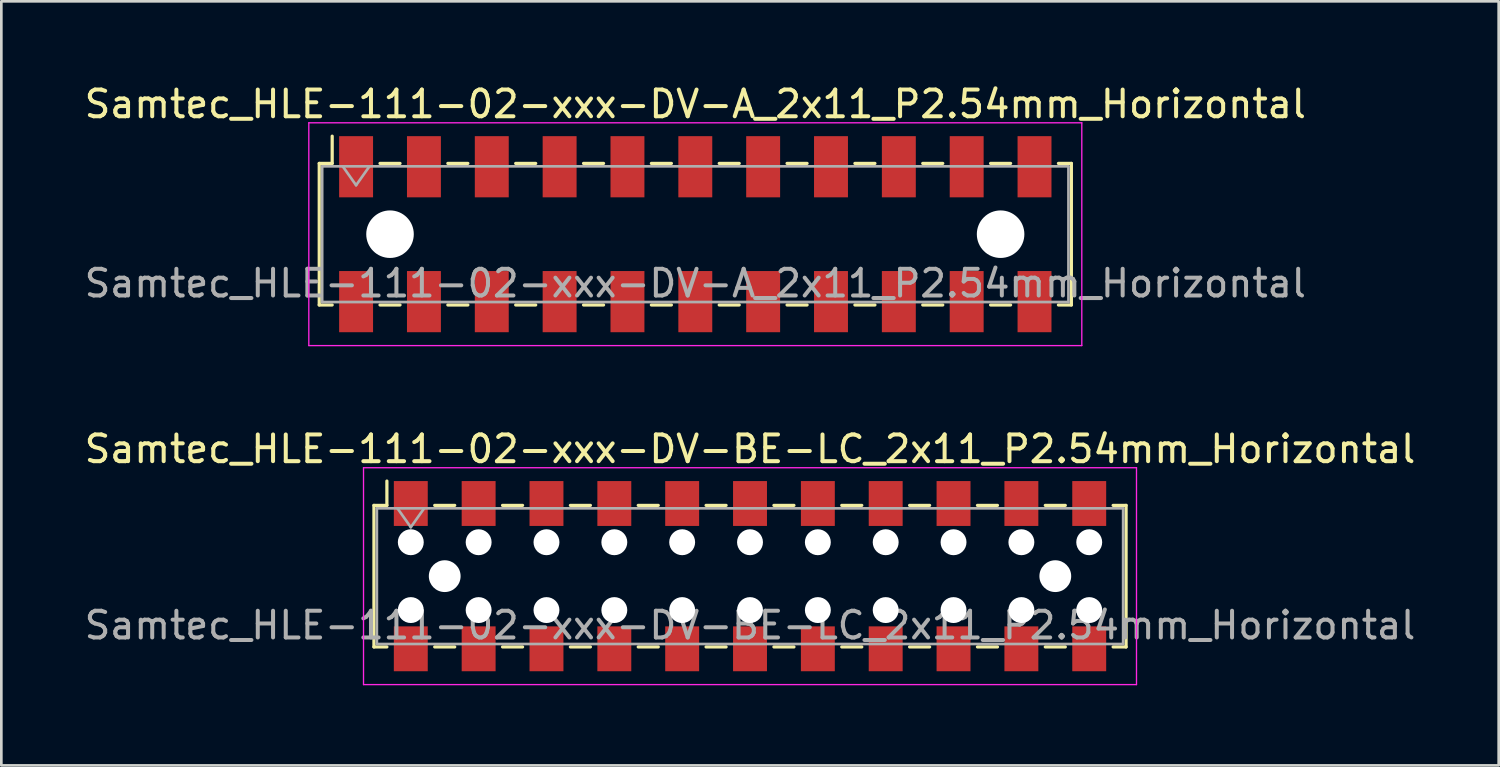
<source format=kicad_pcb>
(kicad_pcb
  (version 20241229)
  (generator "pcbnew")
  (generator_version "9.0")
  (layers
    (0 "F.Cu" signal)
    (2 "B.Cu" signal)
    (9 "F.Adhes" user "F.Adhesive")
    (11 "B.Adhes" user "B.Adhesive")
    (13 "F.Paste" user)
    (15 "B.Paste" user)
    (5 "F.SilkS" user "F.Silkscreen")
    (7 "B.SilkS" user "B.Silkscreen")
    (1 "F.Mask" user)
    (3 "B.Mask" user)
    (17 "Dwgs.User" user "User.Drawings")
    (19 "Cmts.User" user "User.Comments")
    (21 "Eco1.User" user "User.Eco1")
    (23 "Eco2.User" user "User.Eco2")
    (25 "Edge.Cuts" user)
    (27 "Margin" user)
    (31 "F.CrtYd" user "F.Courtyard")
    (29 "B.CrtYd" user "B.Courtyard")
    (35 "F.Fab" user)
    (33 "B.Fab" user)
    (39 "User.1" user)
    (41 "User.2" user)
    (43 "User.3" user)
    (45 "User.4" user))
  (footprint "Samtec_HLE-111-02-xxx-DV-BE-LC_2x11_P2.54mm_Horizontal"
    (layer "F.Cu")
    (at 25.03 18.521)
    (property "Reference" "Samtec_HLE-111-02-xxx-DV-BE-LC_2x11_P2.54mm_Horizontal" (at 0 -4.76 0) (layer "F.SilkS") (effects (font (size 1 1) (thickness 0.15))))
    (attr smd)
    (fp_line (start -14.08 -2.65) (end -14.08 2.65) (stroke (width 0.12) (type solid)) (layer "F.SilkS"))
    (fp_line (start -14.08 2.65) (end -13.595 2.65) (stroke (width 0.12) (type solid)) (layer "F.SilkS"))
    (fp_line (start -13.595 -3.56) (end -13.595 -2.65) (stroke (width 0.12) (type solid)) (layer "F.SilkS"))
    (fp_line (start -13.595 -2.65) (end -14.08 -2.65) (stroke (width 0.12) (type solid)) (layer "F.SilkS"))
    (fp_line (start -11.805 -2.65) (end -11.055 -2.65) (stroke (width 0.12) (type solid)) (layer "F.SilkS"))
    (fp_line (start -11.805 2.65) (end -11.055 2.65) (stroke (width 0.12) (type solid)) (layer "F.SilkS"))
    (fp_line (start -9.265 -2.65) (end -8.515 -2.65) (stroke (width 0.12) (type solid)) (layer "F.SilkS"))
    (fp_line (start -9.265 2.65) (end -8.515 2.65) (stroke (width 0.12) (type solid)) (layer "F.SilkS"))
    (fp_line (start -6.725 -2.65) (end -5.975 -2.65) (stroke (width 0.12) (type solid)) (layer "F.SilkS"))
    (fp_line (start -6.725 2.65) (end -5.975 2.65) (stroke (width 0.12) (type solid)) (layer "F.SilkS"))
    (fp_line (start -4.185 -2.65) (end -3.435 -2.65) (stroke (width 0.12) (type solid)) (layer "F.SilkS"))
    (fp_line (start -4.185 2.65) (end -3.435 2.65) (stroke (width 0.12) (type solid)) (layer "F.SilkS"))
    (fp_line (start -1.645 -2.65) (end -0.895 -2.65) (stroke (width 0.12) (type solid)) (layer "F.SilkS"))
    (fp_line (start -1.645 2.65) (end -0.895 2.65) (stroke (width 0.12) (type solid)) (layer "F.SilkS"))
    (fp_line (start 0.895 -2.65) (end 1.645 -2.65) (stroke (width 0.12) (type solid)) (layer "F.SilkS"))
    (fp_line (start 0.895 2.65) (end 1.645 2.65) (stroke (width 0.12) (type solid)) (layer "F.SilkS"))
    (fp_line (start 3.435 -2.65) (end 4.185 -2.65) (stroke (width 0.12) (type solid)) (layer "F.SilkS"))
    (fp_line (start 3.435 2.65) (end 4.185 2.65) (stroke (width 0.12) (type solid)) (layer "F.SilkS"))
    (fp_line (start 5.975 -2.65) (end 6.725 -2.65) (stroke (width 0.12) (type solid)) (layer "F.SilkS"))
    (fp_line (start 5.975 2.65) (end 6.725 2.65) (stroke (width 0.12) (type solid)) (layer "F.SilkS"))
    (fp_line (start 8.515 -2.65) (end 9.265 -2.65) (stroke (width 0.12) (type solid)) (layer "F.SilkS"))
    (fp_line (start 8.515 2.65) (end 9.265 2.65) (stroke (width 0.12) (type solid)) (layer "F.SilkS"))
    (fp_line (start 11.055 -2.65) (end 11.805 -2.65) (stroke (width 0.12) (type solid)) (layer "F.SilkS"))
    (fp_line (start 11.055 2.65) (end 11.805 2.65) (stroke (width 0.12) (type solid)) (layer "F.SilkS"))
    (fp_line (start 13.595 -2.65) (end 14.08 -2.65) (stroke (width 0.12) (type solid)) (layer "F.SilkS"))
    (fp_line (start 14.08 -2.65) (end 14.08 2.65) (stroke (width 0.12) (type solid)) (layer "F.SilkS"))
    (fp_line (start 14.08 2.65) (end 13.595 2.65) (stroke (width 0.12) (type solid)) (layer "F.SilkS"))
    (fp_line (start -14.47 -4.06) (end 14.47 -4.06) (stroke (width 0.05) (type solid)) (layer "F.CrtYd"))
    (fp_line (start -14.47 4.06) (end -14.47 -4.06) (stroke (width 0.05) (type solid)) (layer "F.CrtYd"))
    (fp_line (start 14.47 -4.06) (end 14.47 4.06) (stroke (width 0.05) (type solid)) (layer "F.CrtYd"))
    (fp_line (start 14.47 4.06) (end -14.47 4.06) (stroke (width 0.05) (type solid)) (layer "F.CrtYd"))
    (fp_line (start -13.97 -2.54) (end 13.97 -2.54) (stroke (width 0.1) (type solid)) (layer "F.Fab"))
    (fp_line (start -13.97 2.54) (end -13.97 -2.54) (stroke (width 0.1) (type solid)) (layer "F.Fab"))
    (fp_line (start -13.2 -2.54) (end -12.7 -1.833) (stroke (width 0.1) (type solid)) (layer "F.Fab"))
    (fp_line (start -12.7 -1.833) (end -12.2 -2.54) (stroke (width 0.1) (type solid)) (layer "F.Fab"))
    (fp_line (start 13.97 -2.54) (end 13.97 2.54) (stroke (width 0.1) (type solid)) (layer "F.Fab"))
    (fp_line (start 13.97 2.54) (end -13.97 2.54) (stroke (width 0.1) (type solid)) (layer "F.Fab"))
    (fp_text user "${REFERENCE}" (at 0 1.84 0) (layer "F.Fab") (effects (font (size 1 1) (thickness 0.15))))
    (pad "" np_thru_hole circle (at -12.7 -1.27) (size 0.97 0.97) (drill 0.97) (layers "*.Cu" "*.Mask"))
    (pad "" np_thru_hole circle (at -12.7 1.27) (size 0.97 0.97) (drill 0.97) (layers "*.Cu" "*.Mask"))
    (pad "" np_thru_hole circle (at -11.43 0) (size 1.19 1.19) (drill 1.19) (layers "*.Cu" "*.Mask"))
    (pad "" np_thru_hole circle (at -10.16 -1.27) (size 0.97 0.97) (drill 0.97) (layers "*.Cu" "*.Mask"))
    (pad "" np_thru_hole circle (at -10.16 1.27) (size 0.97 0.97) (drill 0.97) (layers "*.Cu" "*.Mask"))
    (pad "" np_thru_hole circle (at -7.62 -1.27) (size 0.97 0.97) (drill 0.97) (layers "*.Cu" "*.Mask"))
    (pad "" np_thru_hole circle (at -7.62 1.27) (size 0.97 0.97) (drill 0.97) (layers "*.Cu" "*.Mask"))
    (pad "" np_thru_hole circle (at -5.08 -1.27) (size 0.97 0.97) (drill 0.97) (layers "*.Cu" "*.Mask"))
    (pad "" np_thru_hole circle (at -5.08 1.27) (size 0.97 0.97) (drill 0.97) (layers "*.Cu" "*.Mask"))
    (pad "" np_thru_hole circle (at -2.54 -1.27) (size 0.97 0.97) (drill 0.97) (layers "*.Cu" "*.Mask"))
    (pad "" np_thru_hole circle (at -2.54 1.27) (size 0.97 0.97) (drill 0.97) (layers "*.Cu" "*.Mask"))
    (pad "" np_thru_hole circle (at 0 -1.27) (size 0.97 0.97) (drill 0.97) (layers "*.Cu" "*.Mask"))
    (pad "" np_thru_hole circle (at 0 1.27) (size 0.97 0.97) (drill 0.97) (layers "*.Cu" "*.Mask"))
    (pad "" np_thru_hole circle (at 2.54 -1.27) (size 0.97 0.97) (drill 0.97) (layers "*.Cu" "*.Mask"))
    (pad "" np_thru_hole circle (at 2.54 1.27) (size 0.97 0.97) (drill 0.97) (layers "*.Cu" "*.Mask"))
    (pad "" np_thru_hole circle (at 5.08 -1.27) (size 0.97 0.97) (drill 0.97) (layers "*.Cu" "*.Mask"))
    (pad "" np_thru_hole circle (at 5.08 1.27) (size 0.97 0.97) (drill 0.97) (layers "*.Cu" "*.Mask"))
    (pad "" np_thru_hole circle (at 7.62 -1.27) (size 0.97 0.97) (drill 0.97) (layers "*.Cu" "*.Mask"))
    (pad "" np_thru_hole circle (at 7.62 1.27) (size 0.97 0.97) (drill 0.97) (layers "*.Cu" "*.Mask"))
    (pad "" np_thru_hole circle (at 10.16 -1.27) (size 0.97 0.97) (drill 0.97) (layers "*.Cu" "*.Mask"))
    (pad "" np_thru_hole circle (at 10.16 1.27) (size 0.97 0.97) (drill 0.97) (layers "*.Cu" "*.Mask"))
    (pad "" np_thru_hole circle (at 11.43 0) (size 1.19 1.19) (drill 1.19) (layers "*.Cu" "*.Mask"))
    (pad "" np_thru_hole circle (at 12.7 -1.27) (size 0.97 0.97) (drill 0.97) (layers "*.Cu" "*.Mask"))
    (pad "" np_thru_hole circle (at 12.7 1.27) (size 0.97 0.97) (drill 0.97) (layers "*.Cu" "*.Mask"))
    (pad "1" smd rect (at -12.7 -2.72) (size 1.27 1.68) (layers "F.Cu" "F.Mask" "F.Paste"))
    (pad "2" smd rect (at -12.7 2.72) (size 1.27 1.68) (layers "F.Cu" "F.Mask" "F.Paste"))
    (pad "3" smd rect (at -10.16 -2.72) (size 1.27 1.68) (layers "F.Cu" "F.Mask" "F.Paste"))
    (pad "4" smd rect (at -10.16 2.72) (size 1.27 1.68) (layers "F.Cu" "F.Mask" "F.Paste"))
    (pad "5" smd rect (at -7.62 -2.72) (size 1.27 1.68) (layers "F.Cu" "F.Mask" "F.Paste"))
    (pad "6" smd rect (at -7.62 2.72) (size 1.27 1.68) (layers "F.Cu" "F.Mask" "F.Paste"))
    (pad "7" smd rect (at -5.08 -2.72) (size 1.27 1.68) (layers "F.Cu" "F.Mask" "F.Paste"))
    (pad "8" smd rect (at -5.08 2.72) (size 1.27 1.68) (layers "F.Cu" "F.Mask" "F.Paste"))
    (pad "9" smd rect (at -2.54 -2.72) (size 1.27 1.68) (layers "F.Cu" "F.Mask" "F.Paste"))
    (pad "10" smd rect (at -2.54 2.72) (size 1.27 1.68) (layers "F.Cu" "F.Mask" "F.Paste"))
    (pad "11" smd rect (at 0 -2.72) (size 1.27 1.68) (layers "F.Cu" "F.Mask" "F.Paste"))
    (pad "12" smd rect (at 0 2.72) (size 1.27 1.68) (layers "F.Cu" "F.Mask" "F.Paste"))
    (pad "13" smd rect (at 2.54 -2.72) (size 1.27 1.68) (layers "F.Cu" "F.Mask" "F.Paste"))
    (pad "14" smd rect (at 2.54 2.72) (size 1.27 1.68) (layers "F.Cu" "F.Mask" "F.Paste"))
    (pad "15" smd rect (at 5.08 -2.72) (size 1.27 1.68) (layers "F.Cu" "F.Mask" "F.Paste"))
    (pad "16" smd rect (at 5.08 2.72) (size 1.27 1.68) (layers "F.Cu" "F.Mask" "F.Paste"))
    (pad "17" smd rect (at 7.62 -2.72) (size 1.27 1.68) (layers "F.Cu" "F.Mask" "F.Paste"))
    (pad "18" smd rect (at 7.62 2.72) (size 1.27 1.68) (layers "F.Cu" "F.Mask" "F.Paste"))
    (pad "19" smd rect (at 10.16 -2.72) (size 1.27 1.68) (layers "F.Cu" "F.Mask" "F.Paste"))
    (pad "20" smd rect (at 10.16 2.72) (size 1.27 1.68) (layers "F.Cu" "F.Mask" "F.Paste"))
    (pad "21" smd rect (at 12.7 -2.72) (size 1.27 1.68) (layers "F.Cu" "F.Mask" "F.Paste"))
    (pad "22" smd rect (at 12.7 2.72) (size 1.27 1.68) (layers "F.Cu" "F.Mask" "F.Paste")))
  (footprint "Samtec_HLE-111-02-xxx-DV-A_2x11_P2.54mm_Horizontal"
    (layer "F.Cu")
    (at 22.982 5.718)
    (property "Reference" "Samtec_HLE-111-02-xxx-DV-A_2x11_P2.54mm_Horizontal" (at 0 -4.87 0) (layer "F.SilkS") (effects (font (size 1 1) (thickness 0.15))))
    (attr smd)
    (fp_line (start -14.08 -2.65) (end -14.08 2.65) (stroke (width 0.12) (type solid)) (layer "F.SilkS"))
    (fp_line (start -14.08 2.65) (end -13.595 2.65) (stroke (width 0.12) (type solid)) (layer "F.SilkS"))
    (fp_line (start -13.595 -3.67) (end -13.595 -2.65) (stroke (width 0.12) (type solid)) (layer "F.SilkS"))
    (fp_line (start -13.595 -2.65) (end -14.08 -2.65) (stroke (width 0.12) (type solid)) (layer "F.SilkS"))
    (fp_line (start -11.805 -2.65) (end -11.055 -2.65) (stroke (width 0.12) (type solid)) (layer "F.SilkS"))
    (fp_line (start -11.805 2.65) (end -11.055 2.65) (stroke (width 0.12) (type solid)) (layer "F.SilkS"))
    (fp_line (start -9.265 -2.65) (end -8.515 -2.65) (stroke (width 0.12) (type solid)) (layer "F.SilkS"))
    (fp_line (start -9.265 2.65) (end -8.515 2.65) (stroke (width 0.12) (type solid)) (layer "F.SilkS"))
    (fp_line (start -6.725 -2.65) (end -5.975 -2.65) (stroke (width 0.12) (type solid)) (layer "F.SilkS"))
    (fp_line (start -6.725 2.65) (end -5.975 2.65) (stroke (width 0.12) (type solid)) (layer "F.SilkS"))
    (fp_line (start -4.185 -2.65) (end -3.435 -2.65) (stroke (width 0.12) (type solid)) (layer "F.SilkS"))
    (fp_line (start -4.185 2.65) (end -3.435 2.65) (stroke (width 0.12) (type solid)) (layer "F.SilkS"))
    (fp_line (start -1.645 -2.65) (end -0.895 -2.65) (stroke (width 0.12) (type solid)) (layer "F.SilkS"))
    (fp_line (start -1.645 2.65) (end -0.895 2.65) (stroke (width 0.12) (type solid)) (layer "F.SilkS"))
    (fp_line (start 0.895 -2.65) (end 1.645 -2.65) (stroke (width 0.12) (type solid)) (layer "F.SilkS"))
    (fp_line (start 0.895 2.65) (end 1.645 2.65) (stroke (width 0.12) (type solid)) (layer "F.SilkS"))
    (fp_line (start 3.435 -2.65) (end 4.185 -2.65) (stroke (width 0.12) (type solid)) (layer "F.SilkS"))
    (fp_line (start 3.435 2.65) (end 4.185 2.65) (stroke (width 0.12) (type solid)) (layer "F.SilkS"))
    (fp_line (start 5.975 -2.65) (end 6.725 -2.65) (stroke (width 0.12) (type solid)) (layer "F.SilkS"))
    (fp_line (start 5.975 2.65) (end 6.725 2.65) (stroke (width 0.12) (type solid)) (layer "F.SilkS"))
    (fp_line (start 8.515 -2.65) (end 9.265 -2.65) (stroke (width 0.12) (type solid)) (layer "F.SilkS"))
    (fp_line (start 8.515 2.65) (end 9.265 2.65) (stroke (width 0.12) (type solid)) (layer "F.SilkS"))
    (fp_line (start 11.055 -2.65) (end 11.805 -2.65) (stroke (width 0.12) (type solid)) (layer "F.SilkS"))
    (fp_line (start 11.055 2.65) (end 11.805 2.65) (stroke (width 0.12) (type solid)) (layer "F.SilkS"))
    (fp_line (start 13.595 -2.65) (end 14.08 -2.65) (stroke (width 0.12) (type solid)) (layer "F.SilkS"))
    (fp_line (start 14.08 -2.65) (end 14.08 2.65) (stroke (width 0.12) (type solid)) (layer "F.SilkS"))
    (fp_line (start 14.08 2.65) (end 13.595 2.65) (stroke (width 0.12) (type solid)) (layer "F.SilkS"))
    (fp_line (start -14.47 -4.17) (end 14.47 -4.17) (stroke (width 0.05) (type solid)) (layer "F.CrtYd"))
    (fp_line (start -14.47 4.17) (end -14.47 -4.17) (stroke (width 0.05) (type solid)) (layer "F.CrtYd"))
    (fp_line (start 14.47 -4.17) (end 14.47 4.17) (stroke (width 0.05) (type solid)) (layer "F.CrtYd"))
    (fp_line (start 14.47 4.17) (end -14.47 4.17) (stroke (width 0.05) (type solid)) (layer "F.CrtYd"))
    (fp_line (start -13.97 -2.54) (end 13.97 -2.54) (stroke (width 0.1) (type solid)) (layer "F.Fab"))
    (fp_line (start -13.97 2.54) (end -13.97 -2.54) (stroke (width 0.1) (type solid)) (layer "F.Fab"))
    (fp_line (start -13.2 -2.54) (end -12.7 -1.833) (stroke (width 0.1) (type solid)) (layer "F.Fab"))
    (fp_line (start -12.7 -1.833) (end -12.2 -2.54) (stroke (width 0.1) (type solid)) (layer "F.Fab"))
    (fp_line (start 13.97 -2.54) (end 13.97 2.54) (stroke (width 0.1) (type solid)) (layer "F.Fab"))
    (fp_line (start 13.97 2.54) (end -13.97 2.54) (stroke (width 0.1) (type solid)) (layer "F.Fab"))
    (fp_text user "${REFERENCE}" (at 0 1.84 0) (layer "F.Fab") (effects (font (size 1 1) (thickness 0.15))))
    (pad "" np_thru_hole circle (at -11.43 0) (size 1.78 1.78) (drill 1.78) (layers "*.Cu" "*.Mask"))
    (pad "" np_thru_hole circle (at 11.43 0) (size 1.78 1.78) (drill 1.78) (layers "*.Cu" "*.Mask"))
    (pad "1" smd rect (at -12.7 -2.525) (size 1.27 2.29) (layers "F.Cu" "F.Mask" "F.Paste"))
    (pad "2" smd rect (at -12.7 2.525) (size 1.27 2.29) (layers "F.Cu" "F.Mask" "F.Paste"))
    (pad "3" smd rect (at -10.16 -2.525) (size 1.27 2.29) (layers "F.Cu" "F.Mask" "F.Paste"))
    (pad "4" smd rect (at -10.16 2.525) (size 1.27 2.29) (layers "F.Cu" "F.Mask" "F.Paste"))
    (pad "5" smd rect (at -7.62 -2.525) (size 1.27 2.29) (layers "F.Cu" "F.Mask" "F.Paste"))
    (pad "6" smd rect (at -7.62 2.525) (size 1.27 2.29) (layers "F.Cu" "F.Mask" "F.Paste"))
    (pad "7" smd rect (at -5.08 -2.525) (size 1.27 2.29) (layers "F.Cu" "F.Mask" "F.Paste"))
    (pad "8" smd rect (at -5.08 2.525) (size 1.27 2.29) (layers "F.Cu" "F.Mask" "F.Paste"))
    (pad "9" smd rect (at -2.54 -2.525) (size 1.27 2.29) (layers "F.Cu" "F.Mask" "F.Paste"))
    (pad "10" smd rect (at -2.54 2.525) (size 1.27 2.29) (layers "F.Cu" "F.Mask" "F.Paste"))
    (pad "11" smd rect (at 0 -2.525) (size 1.27 2.29) (layers "F.Cu" "F.Mask" "F.Paste"))
    (pad "12" smd rect (at 0 2.525) (size 1.27 2.29) (layers "F.Cu" "F.Mask" "F.Paste"))
    (pad "13" smd rect (at 2.54 -2.525) (size 1.27 2.29) (layers "F.Cu" "F.Mask" "F.Paste"))
    (pad "14" smd rect (at 2.54 2.525) (size 1.27 2.29) (layers "F.Cu" "F.Mask" "F.Paste"))
    (pad "15" smd rect (at 5.08 -2.525) (size 1.27 2.29) (layers "F.Cu" "F.Mask" "F.Paste"))
    (pad "16" smd rect (at 5.08 2.525) (size 1.27 2.29) (layers "F.Cu" "F.Mask" "F.Paste"))
    (pad "17" smd rect (at 7.62 -2.525) (size 1.27 2.29) (layers "F.Cu" "F.Mask" "F.Paste"))
    (pad "18" smd rect (at 7.62 2.525) (size 1.27 2.29) (layers "F.Cu" "F.Mask" "F.Paste"))
    (pad "19" smd rect (at 10.16 -2.525) (size 1.27 2.29) (layers "F.Cu" "F.Mask" "F.Paste"))
    (pad "20" smd rect (at 10.16 2.525) (size 1.27 2.29) (layers "F.Cu" "F.Mask" "F.Paste"))
    (pad "21" smd rect (at 12.7 -2.525) (size 1.27 2.29) (layers "F.Cu" "F.Mask" "F.Paste"))
    (pad "22" smd rect (at 12.7 2.525) (size 1.27 2.29) (layers "F.Cu" "F.Mask" "F.Paste")))
  (gr_rect
    (start -3 -3)
    (end 53.06 25.607)
    (stroke (width 0.1) (type default))
    (fill no)
    (layer "Edge.Cuts")))
</source>
